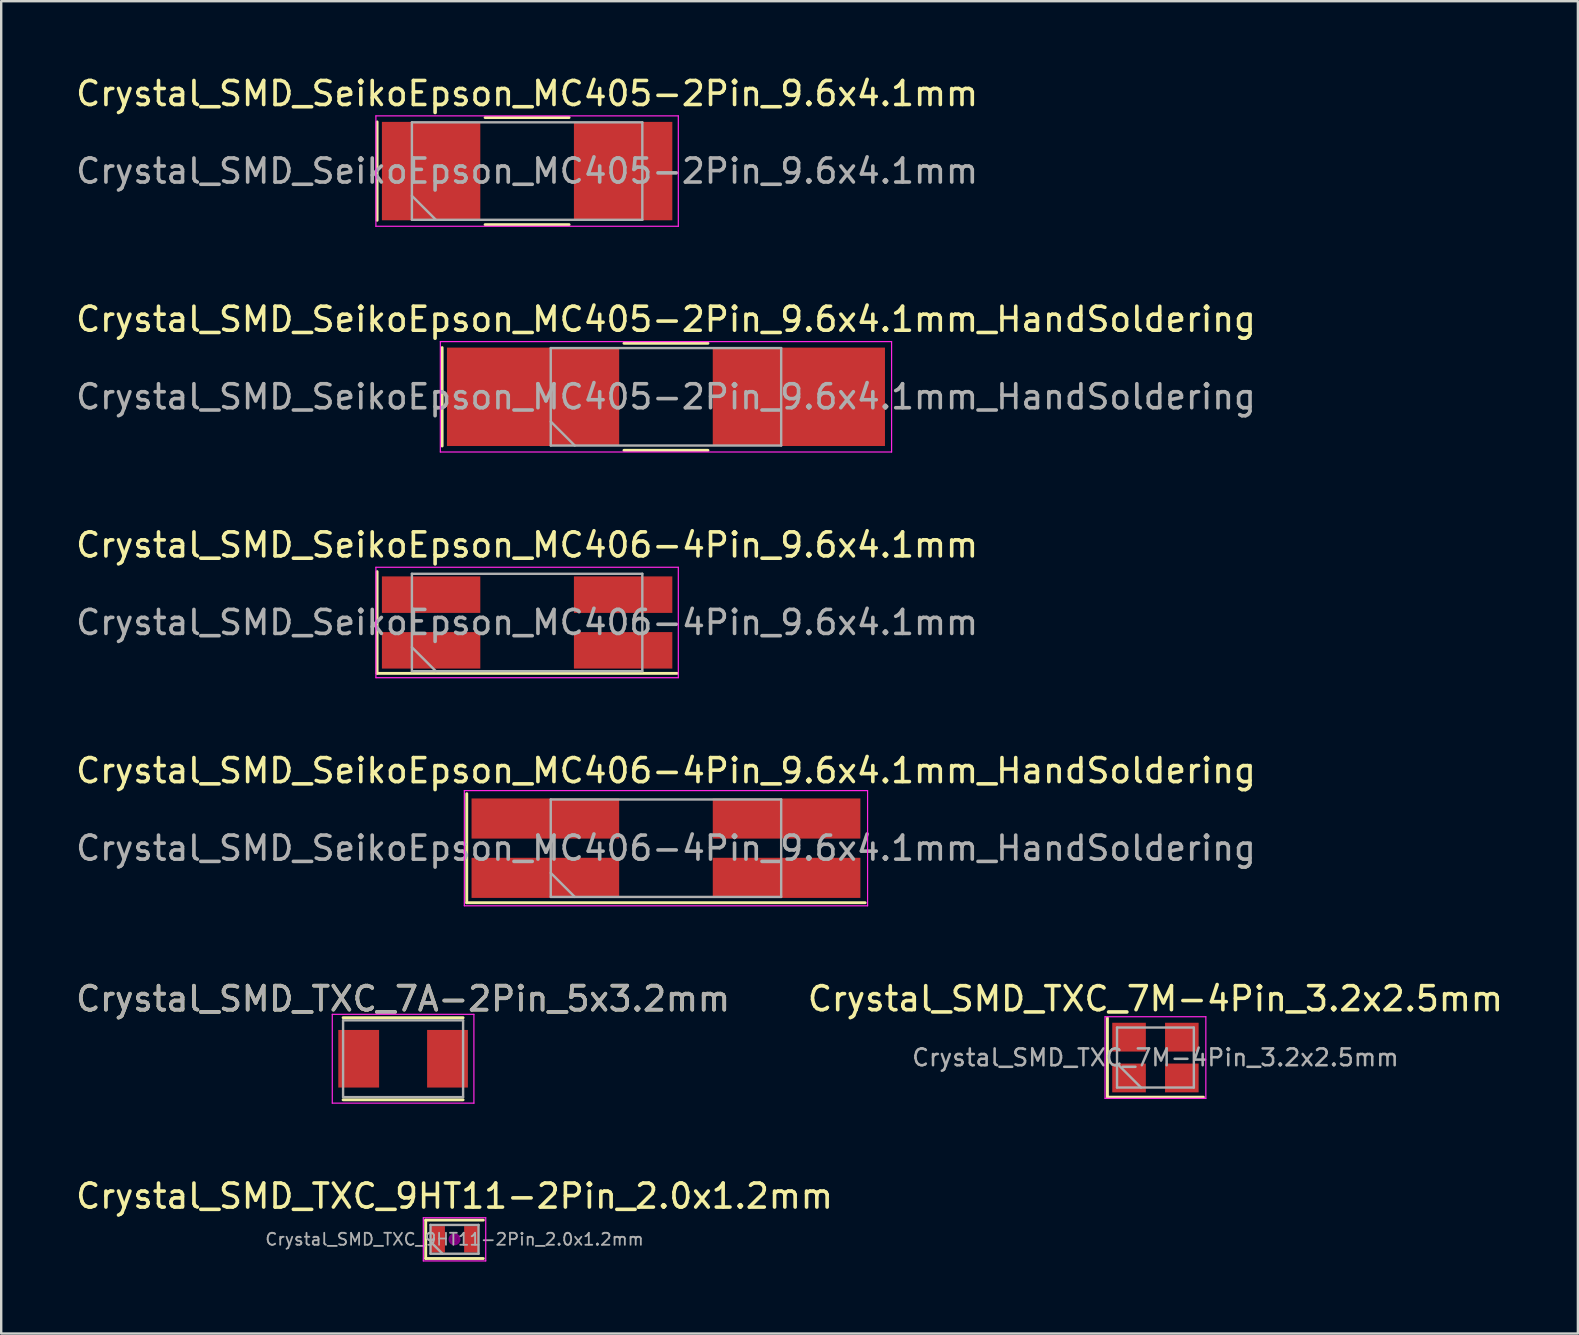
<source format=kicad_pcb>
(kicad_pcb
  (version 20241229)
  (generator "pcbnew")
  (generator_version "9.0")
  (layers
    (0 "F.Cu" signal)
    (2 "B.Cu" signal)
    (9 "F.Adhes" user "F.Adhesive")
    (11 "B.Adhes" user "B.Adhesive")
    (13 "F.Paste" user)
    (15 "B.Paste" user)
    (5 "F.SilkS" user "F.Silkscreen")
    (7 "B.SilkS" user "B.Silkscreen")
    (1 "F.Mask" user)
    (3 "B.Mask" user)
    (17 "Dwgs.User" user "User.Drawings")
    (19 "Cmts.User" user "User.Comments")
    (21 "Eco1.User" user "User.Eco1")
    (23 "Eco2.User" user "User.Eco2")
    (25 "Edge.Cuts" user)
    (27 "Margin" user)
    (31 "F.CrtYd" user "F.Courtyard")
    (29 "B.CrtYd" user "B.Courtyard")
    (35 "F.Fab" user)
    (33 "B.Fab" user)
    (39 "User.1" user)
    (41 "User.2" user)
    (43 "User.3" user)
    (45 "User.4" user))
  (footprint "Crystal_SMD_TXC_7M-4Pin_3.2x2.5mm"
    (layer "F.Cu")
    (at 45.089 41.011)
    (property "Reference" "Crystal_SMD_TXC_7M-4Pin_3.2x2.5mm" (at 0 -2.45 0) (layer "F.SilkS") (effects (font (size 1 1) (thickness 0.15))))
    (attr smd)
    (fp_line (start -2 -1.65) (end -2 1.65) (stroke (width 0.12) (type solid)) (layer "F.SilkS"))
    (fp_line (start -2 1.65) (end 2 1.65) (stroke (width 0.12) (type solid)) (layer "F.SilkS"))
    (fp_line (start -2.1 -1.7) (end -2.1 1.7) (stroke (width 0.05) (type solid)) (layer "F.CrtYd"))
    (fp_line (start -2.1 1.7) (end 2.1 1.7) (stroke (width 0.05) (type solid)) (layer "F.CrtYd"))
    (fp_line (start 2.1 -1.7) (end -2.1 -1.7) (stroke (width 0.05) (type solid)) (layer "F.CrtYd"))
    (fp_line (start 2.1 1.7) (end 2.1 -1.7) (stroke (width 0.05) (type solid)) (layer "F.CrtYd"))
    (fp_line (start -1.6 -1.25) (end -1.6 1.25) (stroke (width 0.1) (type solid)) (layer "F.Fab"))
    (fp_line (start -1.6 0.25) (end -0.6 1.25) (stroke (width 0.1) (type solid)) (layer "F.Fab"))
    (fp_line (start -1.6 1.25) (end 1.6 1.25) (stroke (width 0.1) (type solid)) (layer "F.Fab"))
    (fp_line (start 1.6 -1.25) (end -1.6 -1.25) (stroke (width 0.1) (type solid)) (layer "F.Fab"))
    (fp_line (start 1.6 1.25) (end 1.6 -1.25) (stroke (width 0.1) (type solid)) (layer "F.Fab"))
    (fp_text user "${REFERENCE}" (at 0 0 0) (layer "F.Fab") (effects (font (size 0.7 0.7) (thickness 0.105))))
    (pad "1" smd rect (at -1.1 0.85) (size 1.4 1.2) (layers "F.Cu" "F.Mask" "F.Paste"))
    (pad "2" smd rect (at 1.1 0.85) (size 1.4 1.2) (layers "F.Cu" "F.Mask" "F.Paste"))
    (pad "3" smd rect (at 1.1 -0.85) (size 1.4 1.2) (layers "F.Cu" "F.Mask" "F.Paste"))
    (pad "4" smd rect (at -1.1 -0.85) (size 1.4 1.2) (layers "F.Cu" "F.Mask" "F.Paste")))
  (footprint "Crystal_SMD_SeikoEpson_MC405-2Pin_9.6x4.1mm"
    (layer "F.Cu")
    (at 18.911 4.078)
    (property "Reference" "Crystal_SMD_SeikoEpson_MC405-2Pin_9.6x4.1mm" (at 0 -3.23 0) (layer "F.SilkS") (effects (font (size 1 1) (thickness 0.15))))
    (attr smd)
    (fp_line (start -6.25 -2.05) (end -6.25 2.05) (stroke (width 0.12) (type solid)) (layer "F.SilkS"))
    (fp_line (start -1.75 -2.23) (end 1.75 -2.23) (stroke (width 0.12) (type solid)) (layer "F.SilkS"))
    (fp_line (start -1.75 2.23) (end 1.75 2.23) (stroke (width 0.12) (type solid)) (layer "F.SilkS"))
    (fp_line (start -6.3 -2.3) (end -6.3 2.3) (stroke (width 0.05) (type solid)) (layer "F.CrtYd"))
    (fp_line (start -6.3 2.3) (end 6.3 2.3) (stroke (width 0.05) (type solid)) (layer "F.CrtYd"))
    (fp_line (start 6.3 -2.3) (end -6.3 -2.3) (stroke (width 0.05) (type solid)) (layer "F.CrtYd"))
    (fp_line (start 6.3 2.3) (end 6.3 -2.3) (stroke (width 0.05) (type solid)) (layer "F.CrtYd"))
    (fp_line (start -4.8 -2.03) (end -4.8 2.03) (stroke (width 0.1) (type solid)) (layer "F.Fab"))
    (fp_line (start -4.8 1.03) (end -3.8 2.03) (stroke (width 0.1) (type solid)) (layer "F.Fab"))
    (fp_line (start -4.8 2.03) (end 4.8 2.03) (stroke (width 0.1) (type solid)) (layer "F.Fab"))
    (fp_line (start 4.8 -2.03) (end -4.8 -2.03) (stroke (width 0.1) (type solid)) (layer "F.Fab"))
    (fp_line (start 4.8 2.03) (end 4.8 -2.03) (stroke (width 0.1) (type solid)) (layer "F.Fab"))
    (fp_text user "${REFERENCE}" (at 0 0 0) (layer "F.Fab") (effects (font (size 1 1) (thickness 0.15))))
    (pad "1" smd rect (at -4 0) (size 4.1 4.1) (layers "F.Cu" "F.Mask" "F.Paste"))
    (pad "2" smd rect (at 4 0) (size 4.1 4.1) (layers "F.Cu" "F.Mask" "F.Paste")))
  (footprint "Crystal_SMD_SeikoEpson_MC406-4Pin_9.6x4.1mm_HandSoldering"
    (layer "F.Cu")
    (at 24.696 32.288)
    (property "Reference" "Crystal_SMD_SeikoEpson_MC406-4Pin_9.6x4.1mm_HandSoldering" (at 0 -3.23 0) (layer "F.SilkS") (effects (font (size 1 1) (thickness 0.15))))
    (attr smd)
    (fp_line (start -8.3 -2.272) (end -8.3 2.272) (stroke (width 0.12) (type solid)) (layer "F.SilkS"))
    (fp_line (start -8.3 2.272) (end 8.3 2.272) (stroke (width 0.12) (type solid)) (layer "F.SilkS"))
    (fp_line (start -8.4 -2.4) (end -8.4 2.4) (stroke (width 0.05) (type solid)) (layer "F.CrtYd"))
    (fp_line (start -8.4 2.4) (end 8.4 2.4) (stroke (width 0.05) (type solid)) (layer "F.CrtYd"))
    (fp_line (start 8.4 -2.4) (end -8.4 -2.4) (stroke (width 0.05) (type solid)) (layer "F.CrtYd"))
    (fp_line (start 8.4 2.4) (end 8.4 -2.4) (stroke (width 0.05) (type solid)) (layer "F.CrtYd"))
    (fp_line (start -4.8 -2.03) (end -4.8 2.03) (stroke (width 0.1) (type solid)) (layer "F.Fab"))
    (fp_line (start -4.8 1.03) (end -3.8 2.03) (stroke (width 0.1) (type solid)) (layer "F.Fab"))
    (fp_line (start -4.8 2.03) (end 4.8 2.03) (stroke (width 0.1) (type solid)) (layer "F.Fab"))
    (fp_line (start 4.8 -2.03) (end -4.8 -2.03) (stroke (width 0.1) (type solid)) (layer "F.Fab"))
    (fp_line (start 4.8 2.03) (end 4.8 -2.03) (stroke (width 0.1) (type solid)) (layer "F.Fab"))
    (fp_text user "${REFERENCE}" (at 0 0 0) (layer "F.Fab") (effects (font (size 1 1) (thickness 0.15))))
    (pad "1" smd rect (at -5.025 1.236) (size 6.15 1.672) (layers "F.Cu" "F.Mask" "F.Paste"))
    (pad "2" smd rect (at 5.025 1.236) (size 6.15 1.672) (layers "F.Cu" "F.Mask" "F.Paste"))
    (pad "3" smd rect (at 5.025 -1.236) (size 6.15 1.672) (layers "F.Cu" "F.Mask" "F.Paste"))
    (pad "4" smd rect (at -5.025 -1.236) (size 6.15 1.672) (layers "F.Cu" "F.Mask" "F.Paste")))
  (footprint "Crystal_SMD_SeikoEpson_MC406-4Pin_9.6x4.1mm"
    (layer "F.Cu")
    (at 18.911 22.885)
    (property "Reference" "Crystal_SMD_SeikoEpson_MC406-4Pin_9.6x4.1mm" (at 0 -3.23 0) (layer "F.SilkS") (effects (font (size 1 1) (thickness 0.15))))
    (attr smd)
    (fp_line (start -6.25 -2.12) (end -6.25 2.12) (stroke (width 0.12) (type solid)) (layer "F.SilkS"))
    (fp_line (start -6.25 2.12) (end 6.25 2.12) (stroke (width 0.12) (type solid)) (layer "F.SilkS"))
    (fp_line (start -6.3 -2.3) (end -6.3 2.3) (stroke (width 0.05) (type solid)) (layer "F.CrtYd"))
    (fp_line (start -6.3 2.3) (end 6.3 2.3) (stroke (width 0.05) (type solid)) (layer "F.CrtYd"))
    (fp_line (start 6.3 -2.3) (end -6.3 -2.3) (stroke (width 0.05) (type solid)) (layer "F.CrtYd"))
    (fp_line (start 6.3 2.3) (end 6.3 -2.3) (stroke (width 0.05) (type solid)) (layer "F.CrtYd"))
    (fp_line (start -4.8 -2.03) (end -4.8 2.03) (stroke (width 0.1) (type solid)) (layer "F.Fab"))
    (fp_line (start -4.8 1.03) (end -3.8 2.03) (stroke (width 0.1) (type solid)) (layer "F.Fab"))
    (fp_line (start -4.8 2.03) (end 4.8 2.03) (stroke (width 0.1) (type solid)) (layer "F.Fab"))
    (fp_line (start 4.8 -2.03) (end -4.8 -2.03) (stroke (width 0.1) (type solid)) (layer "F.Fab"))
    (fp_line (start 4.8 2.03) (end 4.8 -2.03) (stroke (width 0.1) (type solid)) (layer "F.Fab"))
    (fp_text user "${REFERENCE}" (at 0 0 0) (layer "F.Fab") (effects (font (size 1 1) (thickness 0.15))))
    (pad "1" smd rect (at -4 1.16) (size 4.1 1.52) (layers "F.Cu" "F.Mask" "F.Paste"))
    (pad "2" smd rect (at 4 1.16) (size 4.1 1.52) (layers "F.Cu" "F.Mask" "F.Paste"))
    (pad "3" smd rect (at 4 -1.16) (size 4.1 1.52) (layers "F.Cu" "F.Mask" "F.Paste"))
    (pad "4" smd rect (at -4 -1.16) (size 4.1 1.52) (layers "F.Cu" "F.Mask" "F.Paste")))
  (footprint "Crystal_SMD_SeikoEpson_MC405-2Pin_9.6x4.1mm_HandSoldering"
    (layer "F.Cu")
    (at 24.696 13.482)
    (property "Reference" "Crystal_SMD_SeikoEpson_MC405-2Pin_9.6x4.1mm_HandSoldering" (at 0 -3.23 0) (layer "F.SilkS") (effects (font (size 1 1) (thickness 0.15))))
    (attr smd)
    (fp_line (start -9.325 -2.05) (end -9.325 2.05) (stroke (width 0.12) (type solid)) (layer "F.SilkS"))
    (fp_line (start -1.75 -2.23) (end 1.75 -2.23) (stroke (width 0.12) (type solid)) (layer "F.SilkS"))
    (fp_line (start -1.75 2.23) (end 1.75 2.23) (stroke (width 0.12) (type solid)) (layer "F.SilkS"))
    (fp_line (start -9.4 -2.3) (end -9.4 2.3) (stroke (width 0.05) (type solid)) (layer "F.CrtYd"))
    (fp_line (start -9.4 2.3) (end 9.4 2.3) (stroke (width 0.05) (type solid)) (layer "F.CrtYd"))
    (fp_line (start 9.4 -2.3) (end -9.4 -2.3) (stroke (width 0.05) (type solid)) (layer "F.CrtYd"))
    (fp_line (start 9.4 2.3) (end 9.4 -2.3) (stroke (width 0.05) (type solid)) (layer "F.CrtYd"))
    (fp_line (start -4.8 -2.03) (end -4.8 2.03) (stroke (width 0.1) (type solid)) (layer "F.Fab"))
    (fp_line (start -4.8 1.03) (end -3.8 2.03) (stroke (width 0.1) (type solid)) (layer "F.Fab"))
    (fp_line (start -4.8 2.03) (end 4.8 2.03) (stroke (width 0.1) (type solid)) (layer "F.Fab"))
    (fp_line (start 4.8 -2.03) (end -4.8 -2.03) (stroke (width 0.1) (type solid)) (layer "F.Fab"))
    (fp_line (start 4.8 2.03) (end 4.8 -2.03) (stroke (width 0.1) (type solid)) (layer "F.Fab"))
    (fp_text user "${REFERENCE}" (at 0 0 0) (layer "F.Fab") (effects (font (size 1 1) (thickness 0.15))))
    (pad "1" smd rect (at -5.537 0) (size 7.175 4.1) (layers "F.Cu" "F.Mask" "F.Paste"))
    (pad "2" smd rect (at 5.537 0) (size 7.175 4.1) (layers "F.Cu" "F.Mask" "F.Paste")))
  (footprint "Crystal_SMD_TXC_9HT11-2Pin_2.0x1.2mm"
    (layer "F.Cu")
    (at 15.887 48.584)
    (property "Reference" "Crystal_SMD_TXC_9HT11-2Pin_2.0x1.2mm" (at 0 -1.8 0) (layer "F.SilkS") (effects (font (size 1 1) (thickness 0.15))))
    (attr smd)
    (fp_line (start -1.2 -0.8) (end -1.2 0.8) (stroke (width 0.12) (type solid)) (layer "F.SilkS"))
    (fp_line (start -1.2 0.8) (end 1.2 0.8) (stroke (width 0.12) (type solid)) (layer "F.SilkS"))
    (fp_line (start 1.2 -0.8) (end -1.2 -0.8) (stroke (width 0.12) (type solid)) (layer "F.SilkS"))
    (fp_circle (center 0 0) (end 0.047 0) (stroke (width 0.093) (type solid)) (fill no) (layer "F.Adhes"))
    (fp_circle (center 0 0) (end 0.107 0) (stroke (width 0.067) (type solid)) (fill no) (layer "F.Adhes"))
    (fp_circle (center 0 0) (end 0.167 0) (stroke (width 0.067) (type solid)) (fill no) (layer "F.Adhes"))
    (fp_circle (center 0 0) (end 0.2 0) (stroke (width 0.1) (type solid)) (fill no) (layer "F.Adhes"))
    (fp_line (start -1.3 -0.9) (end -1.3 0.9) (stroke (width 0.05) (type solid)) (layer "F.CrtYd"))
    (fp_line (start -1.3 0.9) (end 1.3 0.9) (stroke (width 0.05) (type solid)) (layer "F.CrtYd"))
    (fp_line (start 1.3 -0.9) (end -1.3 -0.9) (stroke (width 0.05) (type solid)) (layer "F.CrtYd"))
    (fp_line (start 1.3 0.9) (end 1.3 -0.9) (stroke (width 0.05) (type solid)) (layer "F.CrtYd"))
    (fp_line (start -1 -0.6) (end -1 0.6) (stroke (width 0.1) (type solid)) (layer "F.Fab"))
    (fp_line (start -1 0.1) (end -0.5 0.6) (stroke (width 0.1) (type solid)) (layer "F.Fab"))
    (fp_line (start -1 0.6) (end 1 0.6) (stroke (width 0.1) (type solid)) (layer "F.Fab"))
    (fp_line (start 1 -0.6) (end -1 -0.6) (stroke (width 0.1) (type solid)) (layer "F.Fab"))
    (fp_line (start 1 0.6) (end 1 -0.6) (stroke (width 0.1) (type solid)) (layer "F.Fab"))
    (fp_text user "${REFERENCE}" (at 0 0 0) (layer "F.Fab") (effects (font (size 0.5 0.5) (thickness 0.075))))
    (pad "1" smd rect (at -0.7 0) (size 0.6 1.1) (layers "F.Cu" "F.Mask" "F.Paste"))
    (pad "2" smd rect (at 0.7 0) (size 0.6 1.1) (layers "F.Cu" "F.Mask" "F.Paste")))
  (footprint "Crystal_SMD_TXC_7A-2Pin_5x3.2mm"
    (layer "F.Cu")
    (at 13.744 41.061)
    (property "Reference" "Crystal_SMD_TXC_7A-2Pin_5x3.2mm" (at 0 -2.5 0) (layer "F.SilkS") (effects (font (size 1 1) (thickness 0.15))))
    (attr smd)
    (fp_line (start -2.5 -1.71) (end 2.5 -1.71) (stroke (width 0.12) (type solid)) (layer "F.SilkS"))
    (fp_line (start -2.5 1.71) (end 2.5 1.71) (stroke (width 0.12) (type solid)) (layer "F.SilkS"))
    (fp_line (start -2.95 -1.85) (end -2.95 1.85) (stroke (width 0.05) (type solid)) (layer "F.CrtYd"))
    (fp_line (start -2.95 -1.85) (end 2.95 -1.85) (stroke (width 0.05) (type solid)) (layer "F.CrtYd"))
    (fp_line (start 2.95 -1.85) (end 2.95 1.85) (stroke (width 0.05) (type solid)) (layer "F.CrtYd"))
    (fp_line (start 2.95 1.85) (end -2.95 1.85) (stroke (width 0.05) (type solid)) (layer "F.CrtYd"))
    (fp_line (start -2.5 -1.6) (end -2.5 1.6) (stroke (width 0.1) (type solid)) (layer "F.Fab"))
    (fp_line (start -2.5 -1.6) (end 2.5 -1.6) (stroke (width 0.1) (type solid)) (layer "F.Fab"))
    (fp_line (start -2.5 1.6) (end 2.5 1.6) (stroke (width 0.1) (type solid)) (layer "F.Fab"))
    (fp_line (start 2.5 -1.6) (end 2.5 1.6) (stroke (width 0.1) (type solid)) (layer "F.Fab"))
    (fp_text user "${REFERENCE}" (at 0 -2.5 0) (layer "F.Fab") (effects (font (size 1 1) (thickness 0.15))))
    (pad "1" smd rect (at -1.85 0) (size 1.7 2.4) (layers "F.Cu" "F.Mask" "F.Paste"))
    (pad "2" smd rect (at 1.85 0) (size 1.7 2.4) (layers "F.Cu" "F.Mask" "F.Paste")))
  (gr_rect
    (start -3 -3)
    (end 62.69 52.51)
    (stroke (width 0.1) (type default))
    (fill no)
    (layer "Edge.Cuts")))
</source>
